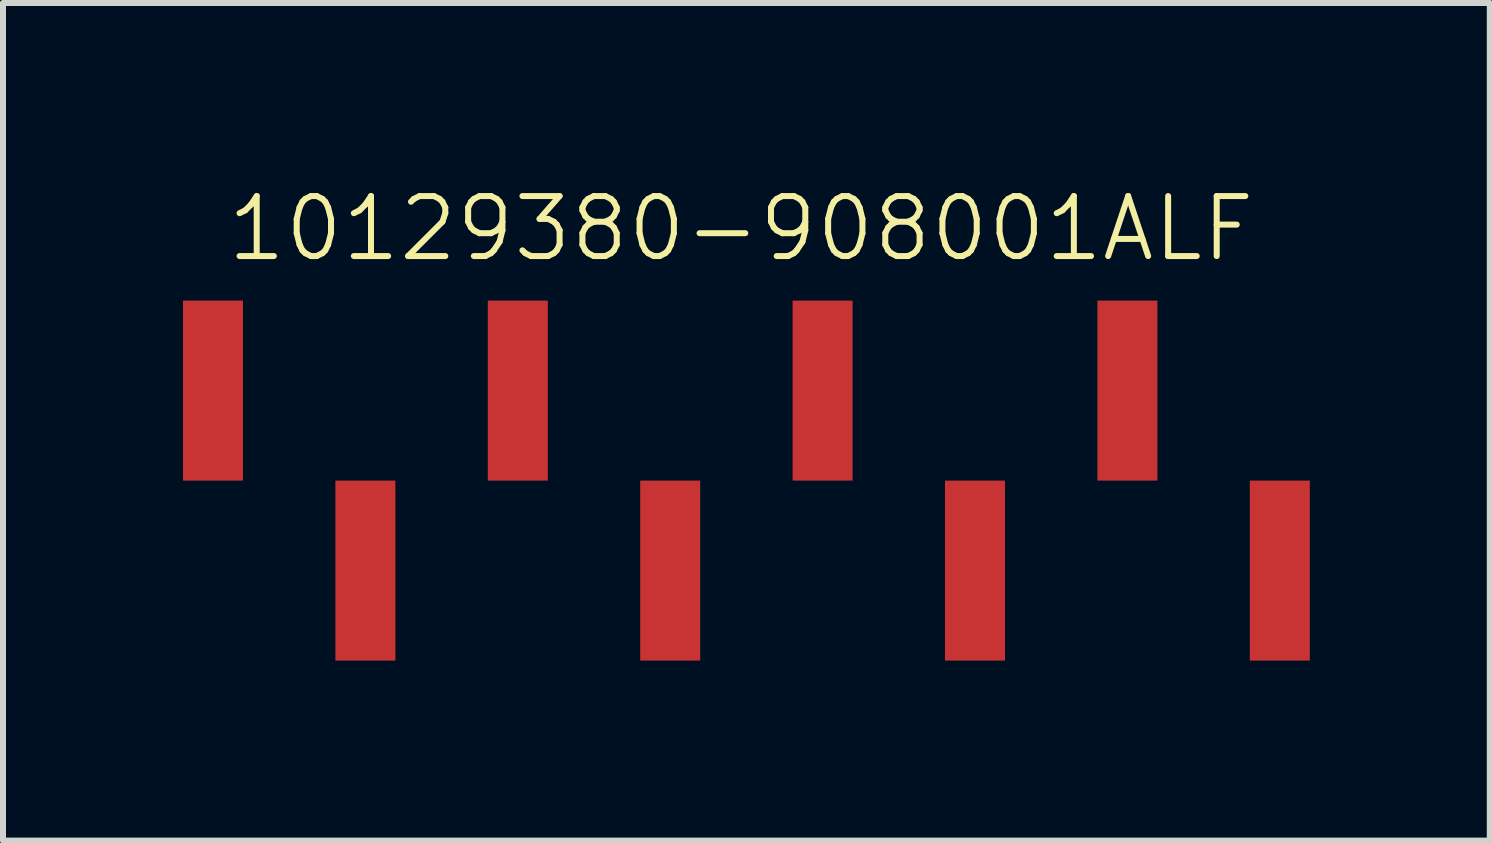
<source format=kicad_pcb>
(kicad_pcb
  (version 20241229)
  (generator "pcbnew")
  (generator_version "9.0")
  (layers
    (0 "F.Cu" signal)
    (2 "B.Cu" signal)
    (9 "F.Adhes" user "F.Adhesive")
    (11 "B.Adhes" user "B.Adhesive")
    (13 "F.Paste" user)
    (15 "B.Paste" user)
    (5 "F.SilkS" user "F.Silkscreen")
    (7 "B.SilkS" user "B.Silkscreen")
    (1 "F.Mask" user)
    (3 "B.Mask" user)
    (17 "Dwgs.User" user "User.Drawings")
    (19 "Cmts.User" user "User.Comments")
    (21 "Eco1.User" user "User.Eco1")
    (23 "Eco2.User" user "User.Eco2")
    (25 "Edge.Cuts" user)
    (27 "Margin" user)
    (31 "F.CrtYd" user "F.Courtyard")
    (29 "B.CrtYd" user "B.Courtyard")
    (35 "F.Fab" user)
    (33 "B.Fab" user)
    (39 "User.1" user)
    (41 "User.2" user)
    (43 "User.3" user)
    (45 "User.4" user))
  (footprint "10129380-908001ALF"
    (layer "F.Cu")
    (at 9.4 4.96)
    (property "Reference" "10129380-908001ALF" (at -0.1 -4.2 0) (unlocked yes) (layer "F.SilkS") (effects (font (size 1 1) (thickness 0.1))))
    (attr smd)
    (pad "1" smd rect (at -8.9 -1.5 90) (size 3 1) (layers "F.Cu" "F.Mask" "F.Paste"))
    (pad "2" smd rect (at -6.36 1.5 90) (size 3 1) (layers "F.Cu" "F.Mask" "F.Paste"))
    (pad "3" smd rect (at -3.82 -1.5 90) (size 3 1) (layers "F.Cu" "F.Mask" "F.Paste"))
    (pad "4" smd rect (at -1.28 1.5 90) (size 3 1) (layers "F.Cu" "F.Mask" "F.Paste"))
    (pad "5" smd rect (at 1.26 -1.5 90) (size 3 1) (layers "F.Cu" "F.Mask" "F.Paste"))
    (pad "6" smd rect (at 3.8 1.5 90) (size 3 1) (layers "F.Cu" "F.Mask" "F.Paste"))
    (pad "7" smd rect (at 6.34 -1.5 90) (size 3 1) (layers "F.Cu" "F.Mask" "F.Paste"))
    (pad "8" smd rect (at 8.88 1.5 90) (size 3 1) (layers "F.Cu" "F.Mask" "F.Paste")))
  (gr_rect
    (start -3 -3)
    (end 21.78 10.96)
    (stroke (width 0.1) (type default))
    (fill no)
    (layer "Edge.Cuts")))
</source>
